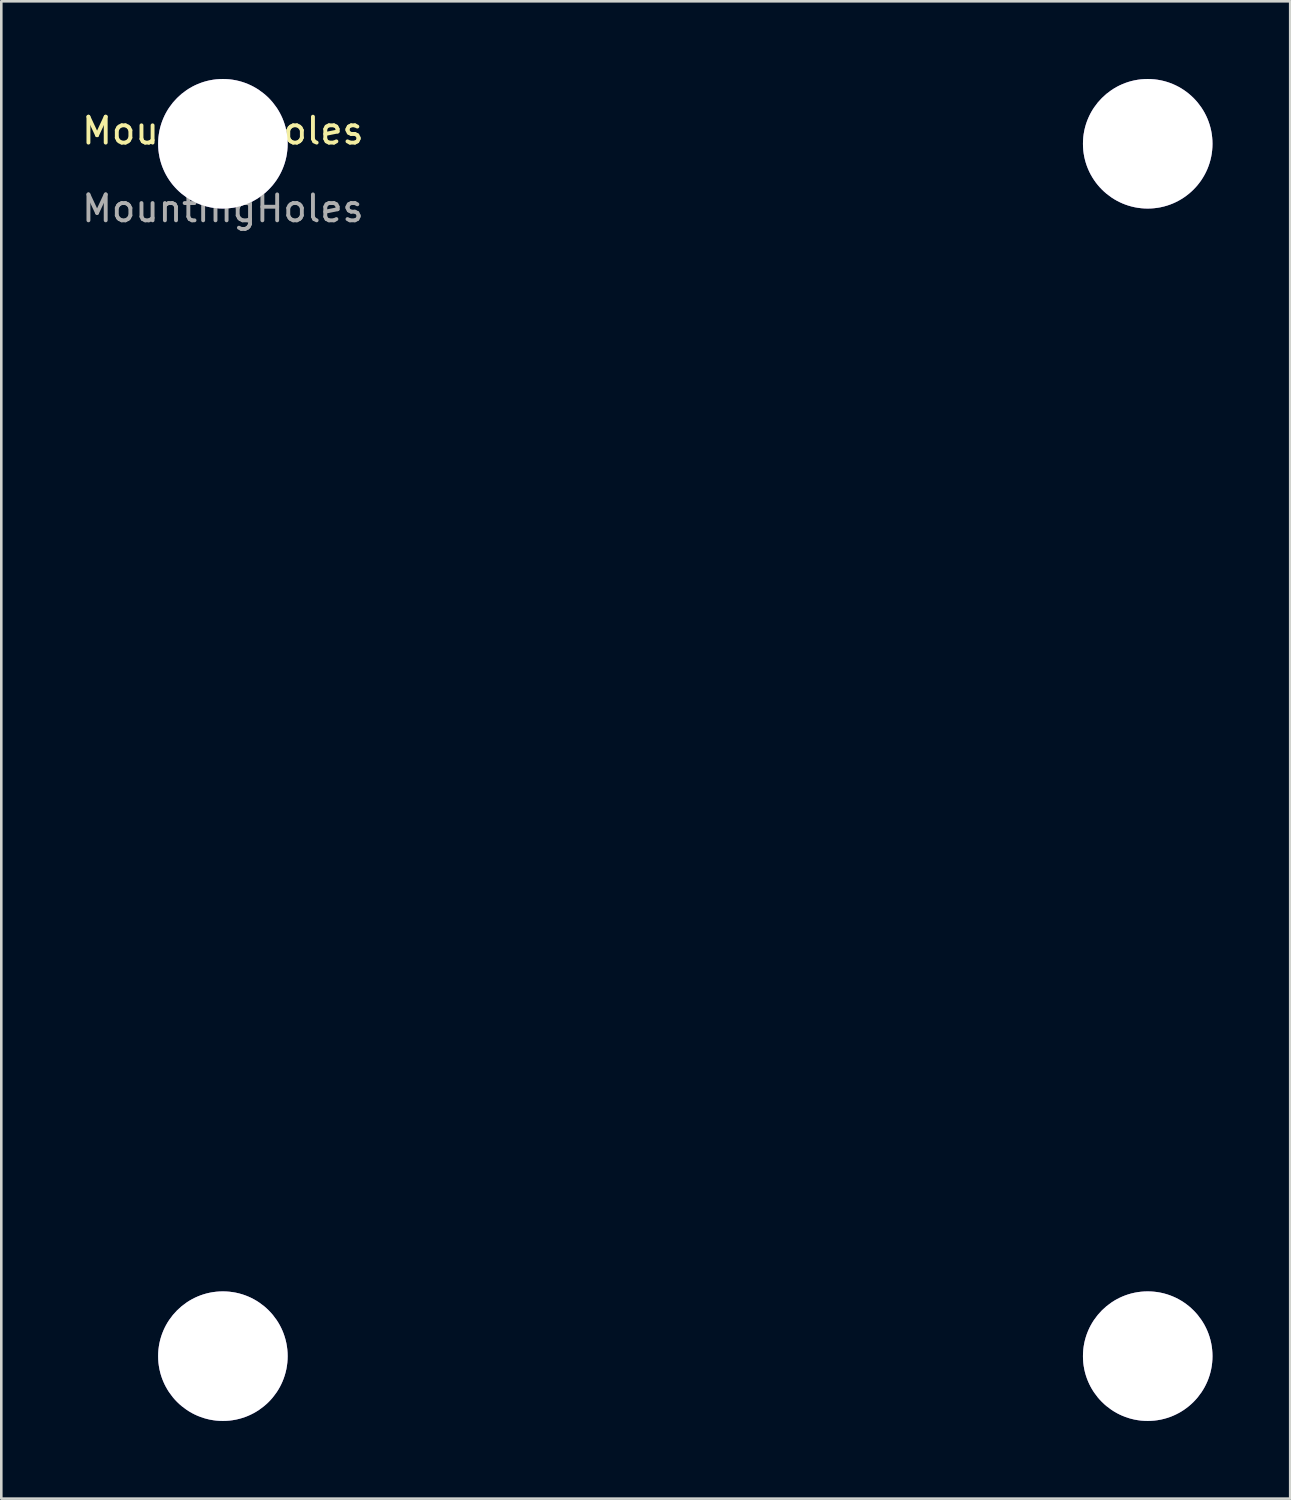
<source format=kicad_pcb>
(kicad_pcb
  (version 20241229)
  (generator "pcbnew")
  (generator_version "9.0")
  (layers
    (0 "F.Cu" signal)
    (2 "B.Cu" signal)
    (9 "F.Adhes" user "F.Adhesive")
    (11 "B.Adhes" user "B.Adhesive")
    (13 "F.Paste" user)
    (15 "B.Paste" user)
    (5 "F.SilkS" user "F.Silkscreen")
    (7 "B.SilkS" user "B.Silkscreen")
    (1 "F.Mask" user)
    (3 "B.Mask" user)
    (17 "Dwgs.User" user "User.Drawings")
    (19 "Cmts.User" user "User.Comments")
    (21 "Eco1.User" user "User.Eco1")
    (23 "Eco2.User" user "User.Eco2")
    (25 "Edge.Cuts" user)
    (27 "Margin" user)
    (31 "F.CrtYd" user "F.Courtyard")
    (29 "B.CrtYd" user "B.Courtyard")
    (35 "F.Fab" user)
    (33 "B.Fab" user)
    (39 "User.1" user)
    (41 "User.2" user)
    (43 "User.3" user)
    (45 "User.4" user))
  (footprint "MountingHoles"
    (layer "F.Cu")
    (at 5.554 2.5)
    (property "Reference" "MountingHoles" (at 0 -0.5 0) (unlocked yes) (layer "F.SilkS") (effects (font (size 1 1) (thickness 0.15))))
    (attr smd)
    (fp_text user "${REFERENCE}" (at 0 2.5 0) (unlocked yes) (layer "F.Fab") (effects (font (size 1 1) (thickness 0.15))))
    (pad "1" thru_hole circle (at 0 0) (size 5 5) (drill 5) (layers "*.Cu" "*.Mask"))
    (pad "1" thru_hole circle (at 0 46.8) (size 5 5) (drill 5) (layers "*.Cu" "*.Mask"))
    (pad "1" thru_hole circle (at 35.7 0) (size 5 5) (drill 5) (layers "*.Cu" "*.Mask"))
    (pad "1" thru_hole circle (at 35.7 46.8) (size 5 5) (drill 5) (layers "*.Cu" "*.Mask")))
  (gr_rect
    (start -3 -3)
    (end 46.754 54.8)
    (stroke (width 0.1) (type default))
    (fill no)
    (layer "Edge.Cuts")))
</source>
